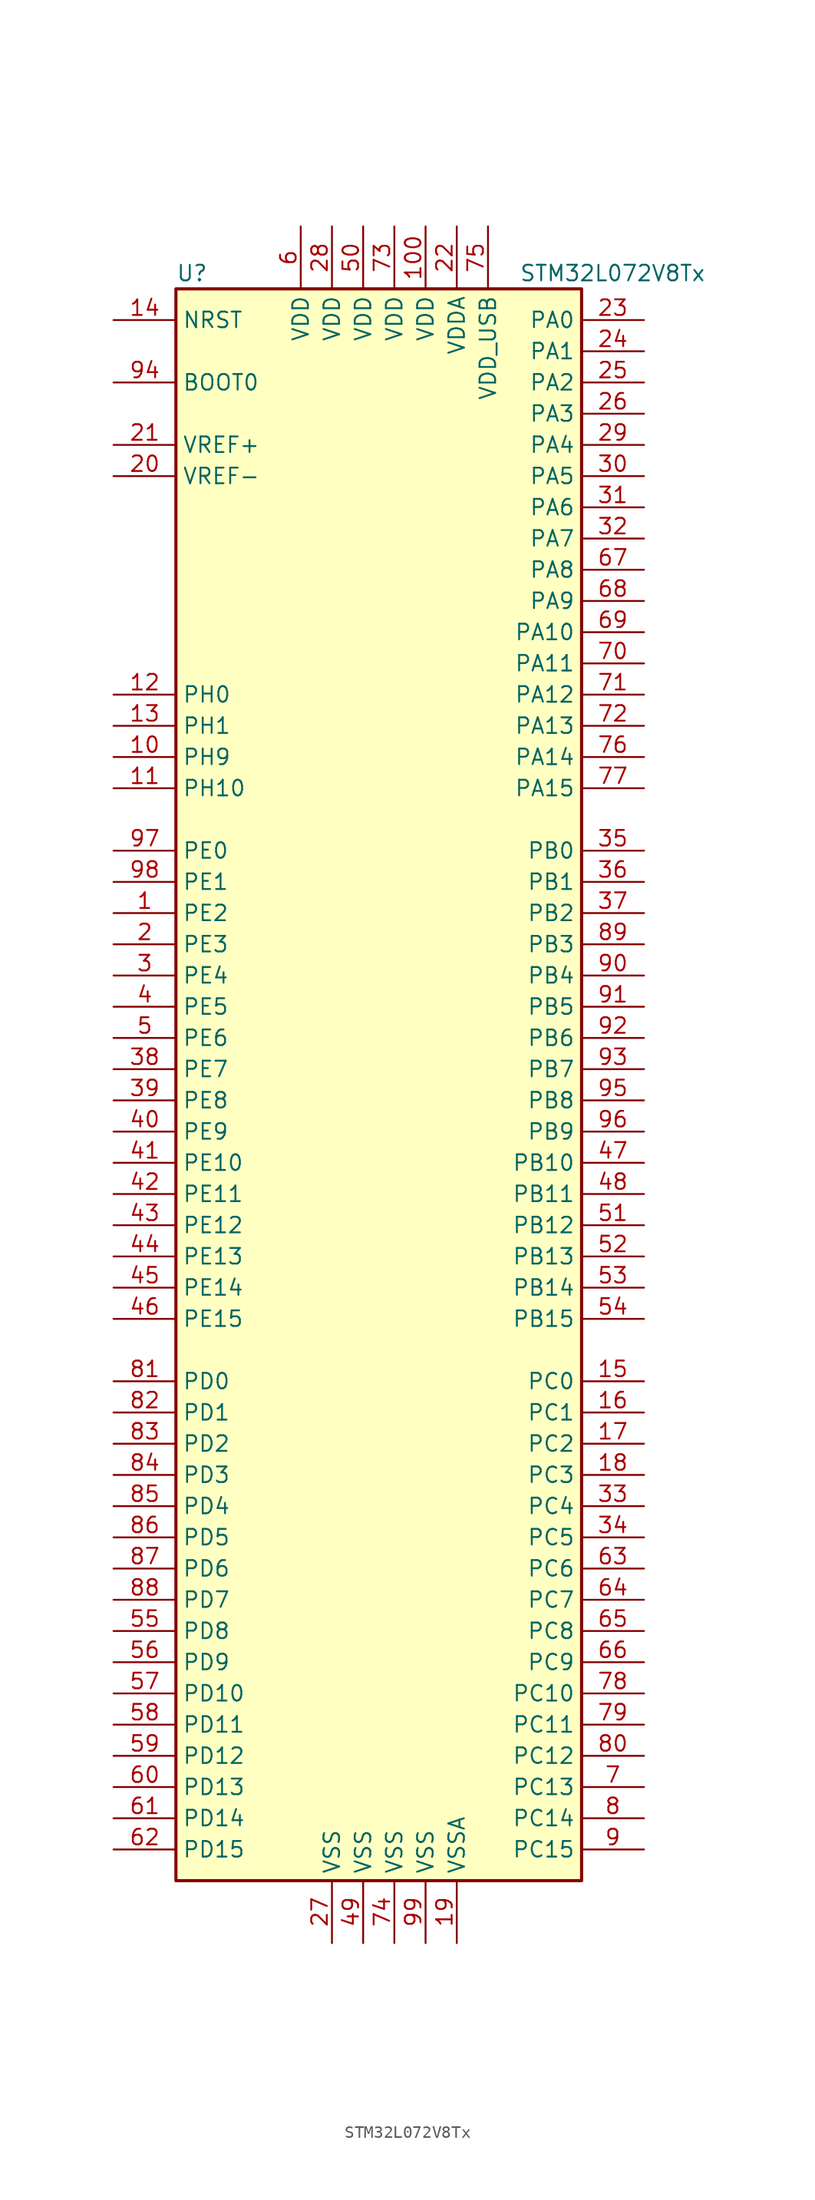
<source format=kicad_sym>
(kicad_symbol_lib
  (version 20211014)
  (generator kicad_symbol_editor)
  (symbol "STM32L072V8Tx"
    (property "Reference" "U"
      (at -17.78 64.77 0)
      (effects (font (size 1.27 1.27)) (justify left)))
    (property "Value" "STM32L072V8Tx"
      (at 10.16 64.77 0)
      (effects (font (size 1.27 1.27)) (justify left)))
    (symbol "STM32L072V8Tx_0_1"
      (rectangle (start -17.78 -66.04) (end 15.24 63.5) (stroke (width 0.254) (type default) (color 0 0 0 0)) (fill (type background))))
    (symbol "STM32L072V8Tx_1_1"
      (pin bidirectional line (at -22.86 12.7 0) (length 5.08) (name "PE2" (effects (font (size 1.27 1.27)))) (number "1" (effects (font (size 1.27 1.27)))))
      (pin bidirectional line (at -22.86 25.4 0) (length 5.08) (name "PH9" (effects (font (size 1.27 1.27)))) (number "10" (effects (font (size 1.27 1.27)))))
      (pin power_in line (at 2.54 68.58 270) (length 5.08) (name "VDD" (effects (font (size 1.27 1.27)))) (number "100" (effects (font (size 1.27 1.27)))))
      (pin bidirectional line (at -22.86 22.86 0) (length 5.08) (name "PH10" (effects (font (size 1.27 1.27)))) (number "11" (effects (font (size 1.27 1.27)))))
      (pin input line (at -22.86 30.48 0) (length 5.08) (name "PH0" (effects (font (size 1.27 1.27)))) (number "12" (effects (font (size 1.27 1.27)))))
      (pin input line (at -22.86 27.94 0) (length 5.08) (name "PH1" (effects (font (size 1.27 1.27)))) (number "13" (effects (font (size 1.27 1.27)))))
      (pin input line (at -22.86 60.96 0) (length 5.08) (name "NRST" (effects (font (size 1.27 1.27)))) (number "14" (effects (font (size 1.27 1.27)))))
      (pin bidirectional line (at 20.32 -25.4 180) (length 5.08) (name "PC0" (effects (font (size 1.27 1.27)))) (number "15" (effects (font (size 1.27 1.27)))))
      (pin bidirectional line (at 20.32 -27.94 180) (length 5.08) (name "PC1" (effects (font (size 1.27 1.27)))) (number "16" (effects (font (size 1.27 1.27)))))
      (pin bidirectional line (at 20.32 -30.48 180) (length 5.08) (name "PC2" (effects (font (size 1.27 1.27)))) (number "17" (effects (font (size 1.27 1.27)))))
      (pin bidirectional line (at 20.32 -33.02 180) (length 5.08) (name "PC3" (effects (font (size 1.27 1.27)))) (number "18" (effects (font (size 1.27 1.27)))))
      (pin power_in line (at 5.08 -71.12 90) (length 5.08) (name "VSSA" (effects (font (size 1.27 1.27)))) (number "19" (effects (font (size 1.27 1.27)))))
      (pin bidirectional line (at -22.86 10.16 0) (length 5.08) (name "PE3" (effects (font (size 1.27 1.27)))) (number "2" (effects (font (size 1.27 1.27)))))
      (pin power_in line (at -22.86 48.26 0) (length 5.08) (name "VREF-" (effects (font (size 1.27 1.27)))) (number "20" (effects (font (size 1.27 1.27)))))
      (pin power_in line (at -22.86 50.8 0) (length 5.08) (name "VREF+" (effects (font (size 1.27 1.27)))) (number "21" (effects (font (size 1.27 1.27)))))
      (pin power_in line (at 5.08 68.58 270) (length 5.08) (name "VDDA" (effects (font (size 1.27 1.27)))) (number "22" (effects (font (size 1.27 1.27)))))
      (pin bidirectional line (at 20.32 60.96 180) (length 5.08) (name "PA0" (effects (font (size 1.27 1.27)))) (number "23" (effects (font (size 1.27 1.27)))))
      (pin bidirectional line (at 20.32 58.42 180) (length 5.08) (name "PA1" (effects (font (size 1.27 1.27)))) (number "24" (effects (font (size 1.27 1.27)))))
      (pin bidirectional line (at 20.32 55.88 180) (length 5.08) (name "PA2" (effects (font (size 1.27 1.27)))) (number "25" (effects (font (size 1.27 1.27)))))
      (pin bidirectional line (at 20.32 53.34 180) (length 5.08) (name "PA3" (effects (font (size 1.27 1.27)))) (number "26" (effects (font (size 1.27 1.27)))))
      (pin power_in line (at -5.08 -71.12 90) (length 5.08) (name "VSS" (effects (font (size 1.27 1.27)))) (number "27" (effects (font (size 1.27 1.27)))))
      (pin power_in line (at -5.08 68.58 270) (length 5.08) (name "VDD" (effects (font (size 1.27 1.27)))) (number "28" (effects (font (size 1.27 1.27)))))
      (pin bidirectional line (at 20.32 50.8 180) (length 5.08) (name "PA4" (effects (font (size 1.27 1.27)))) (number "29" (effects (font (size 1.27 1.27)))))
      (pin bidirectional line (at -22.86 7.62 0) (length 5.08) (name "PE4" (effects (font (size 1.27 1.27)))) (number "3" (effects (font (size 1.27 1.27)))))
      (pin bidirectional line (at 20.32 48.26 180) (length 5.08) (name "PA5" (effects (font (size 1.27 1.27)))) (number "30" (effects (font (size 1.27 1.27)))))
      (pin bidirectional line (at 20.32 45.72 180) (length 5.08) (name "PA6" (effects (font (size 1.27 1.27)))) (number "31" (effects (font (size 1.27 1.27)))))
      (pin bidirectional line (at 20.32 43.18 180) (length 5.08) (name "PA7" (effects (font (size 1.27 1.27)))) (number "32" (effects (font (size 1.27 1.27)))))
      (pin bidirectional line (at 20.32 -35.56 180) (length 5.08) (name "PC4" (effects (font (size 1.27 1.27)))) (number "33" (effects (font (size 1.27 1.27)))))
      (pin bidirectional line (at 20.32 -38.1 180) (length 5.08) (name "PC5" (effects (font (size 1.27 1.27)))) (number "34" (effects (font (size 1.27 1.27)))))
      (pin bidirectional line (at 20.32 17.78 180) (length 5.08) (name "PB0" (effects (font (size 1.27 1.27)))) (number "35" (effects (font (size 1.27 1.27)))))
      (pin bidirectional line (at 20.32 15.24 180) (length 5.08) (name "PB1" (effects (font (size 1.27 1.27)))) (number "36" (effects (font (size 1.27 1.27)))))
      (pin bidirectional line (at 20.32 12.7 180) (length 5.08) (name "PB2" (effects (font (size 1.27 1.27)))) (number "37" (effects (font (size 1.27 1.27)))))
      (pin bidirectional line (at -22.86 0 0) (length 5.08) (name "PE7" (effects (font (size 1.27 1.27)))) (number "38" (effects (font (size 1.27 1.27)))))
      (pin bidirectional line (at -22.86 -2.54 0) (length 5.08) (name "PE8" (effects (font (size 1.27 1.27)))) (number "39" (effects (font (size 1.27 1.27)))))
      (pin bidirectional line (at -22.86 5.08 0) (length 5.08) (name "PE5" (effects (font (size 1.27 1.27)))) (number "4" (effects (font (size 1.27 1.27)))))
      (pin bidirectional line (at -22.86 -5.08 0) (length 5.08) (name "PE9" (effects (font (size 1.27 1.27)))) (number "40" (effects (font (size 1.27 1.27)))))
      (pin bidirectional line (at -22.86 -7.62 0) (length 5.08) (name "PE10" (effects (font (size 1.27 1.27)))) (number "41" (effects (font (size 1.27 1.27)))))
      (pin bidirectional line (at -22.86 -10.16 0) (length 5.08) (name "PE11" (effects (font (size 1.27 1.27)))) (number "42" (effects (font (size 1.27 1.27)))))
      (pin bidirectional line (at -22.86 -12.7 0) (length 5.08) (name "PE12" (effects (font (size 1.27 1.27)))) (number "43" (effects (font (size 1.27 1.27)))))
      (pin bidirectional line (at -22.86 -15.24 0) (length 5.08) (name "PE13" (effects (font (size 1.27 1.27)))) (number "44" (effects (font (size 1.27 1.27)))))
      (pin bidirectional line (at -22.86 -17.78 0) (length 5.08) (name "PE14" (effects (font (size 1.27 1.27)))) (number "45" (effects (font (size 1.27 1.27)))))
      (pin bidirectional line (at -22.86 -20.32 0) (length 5.08) (name "PE15" (effects (font (size 1.27 1.27)))) (number "46" (effects (font (size 1.27 1.27)))))
      (pin bidirectional line (at 20.32 -7.62 180) (length 5.08) (name "PB10" (effects (font (size 1.27 1.27)))) (number "47" (effects (font (size 1.27 1.27)))))
      (pin bidirectional line (at 20.32 -10.16 180) (length 5.08) (name "PB11" (effects (font (size 1.27 1.27)))) (number "48" (effects (font (size 1.27 1.27)))))
      (pin power_in line (at -2.54 -71.12 90) (length 5.08) (name "VSS" (effects (font (size 1.27 1.27)))) (number "49" (effects (font (size 1.27 1.27)))))
      (pin bidirectional line (at -22.86 2.54 0) (length 5.08) (name "PE6" (effects (font (size 1.27 1.27)))) (number "5" (effects (font (size 1.27 1.27)))))
      (pin power_in line (at -2.54 68.58 270) (length 5.08) (name "VDD" (effects (font (size 1.27 1.27)))) (number "50" (effects (font (size 1.27 1.27)))))
      (pin bidirectional line (at 20.32 -12.7 180) (length 5.08) (name "PB12" (effects (font (size 1.27 1.27)))) (number "51" (effects (font (size 1.27 1.27)))))
      (pin bidirectional line (at 20.32 -15.24 180) (length 5.08) (name "PB13" (effects (font (size 1.27 1.27)))) (number "52" (effects (font (size 1.27 1.27)))))
      (pin bidirectional line (at 20.32 -17.78 180) (length 5.08) (name "PB14" (effects (font (size 1.27 1.27)))) (number "53" (effects (font (size 1.27 1.27)))))
      (pin bidirectional line (at 20.32 -20.32 180) (length 5.08) (name "PB15" (effects (font (size 1.27 1.27)))) (number "54" (effects (font (size 1.27 1.27)))))
      (pin bidirectional line (at -22.86 -45.72 0) (length 5.08) (name "PD8" (effects (font (size 1.27 1.27)))) (number "55" (effects (font (size 1.27 1.27)))))
      (pin bidirectional line (at -22.86 -48.26 0) (length 5.08) (name "PD9" (effects (font (size 1.27 1.27)))) (number "56" (effects (font (size 1.27 1.27)))))
      (pin bidirectional line (at -22.86 -50.8 0) (length 5.08) (name "PD10" (effects (font (size 1.27 1.27)))) (number "57" (effects (font (size 1.27 1.27)))))
      (pin bidirectional line (at -22.86 -53.34 0) (length 5.08) (name "PD11" (effects (font (size 1.27 1.27)))) (number "58" (effects (font (size 1.27 1.27)))))
      (pin bidirectional line (at -22.86 -55.88 0) (length 5.08) (name "PD12" (effects (font (size 1.27 1.27)))) (number "59" (effects (font (size 1.27 1.27)))))
      (pin power_in line (at -7.62 68.58 270) (length 5.08) (name "VDD" (effects (font (size 1.27 1.27)))) (number "6" (effects (font (size 1.27 1.27)))))
      (pin bidirectional line (at -22.86 -58.42 0) (length 5.08) (name "PD13" (effects (font (size 1.27 1.27)))) (number "60" (effects (font (size 1.27 1.27)))))
      (pin bidirectional line (at -22.86 -60.96 0) (length 5.08) (name "PD14" (effects (font (size 1.27 1.27)))) (number "61" (effects (font (size 1.27 1.27)))))
      (pin bidirectional line (at -22.86 -63.5 0) (length 5.08) (name "PD15" (effects (font (size 1.27 1.27)))) (number "62" (effects (font (size 1.27 1.27)))))
      (pin bidirectional line (at 20.32 -40.64 180) (length 5.08) (name "PC6" (effects (font (size 1.27 1.27)))) (number "63" (effects (font (size 1.27 1.27)))))
      (pin bidirectional line (at 20.32 -43.18 180) (length 5.08) (name "PC7" (effects (font (size 1.27 1.27)))) (number "64" (effects (font (size 1.27 1.27)))))
      (pin bidirectional line (at 20.32 -45.72 180) (length 5.08) (name "PC8" (effects (font (size 1.27 1.27)))) (number "65" (effects (font (size 1.27 1.27)))))
      (pin bidirectional line (at 20.32 -48.26 180) (length 5.08) (name "PC9" (effects (font (size 1.27 1.27)))) (number "66" (effects (font (size 1.27 1.27)))))
      (pin bidirectional line (at 20.32 40.64 180) (length 5.08) (name "PA8" (effects (font (size 1.27 1.27)))) (number "67" (effects (font (size 1.27 1.27)))))
      (pin bidirectional line (at 20.32 38.1 180) (length 5.08) (name "PA9" (effects (font (size 1.27 1.27)))) (number "68" (effects (font (size 1.27 1.27)))))
      (pin bidirectional line (at 20.32 35.56 180) (length 5.08) (name "PA10" (effects (font (size 1.27 1.27)))) (number "69" (effects (font (size 1.27 1.27)))))
      (pin bidirectional line (at 20.32 -58.42 180) (length 5.08) (name "PC13" (effects (font (size 1.27 1.27)))) (number "7" (effects (font (size 1.27 1.27)))))
      (pin bidirectional line (at 20.32 33.02 180) (length 5.08) (name "PA11" (effects (font (size 1.27 1.27)))) (number "70" (effects (font (size 1.27 1.27)))))
      (pin bidirectional line (at 20.32 30.48 180) (length 5.08) (name "PA12" (effects (font (size 1.27 1.27)))) (number "71" (effects (font (size 1.27 1.27)))))
      (pin bidirectional line (at 20.32 27.94 180) (length 5.08) (name "PA13" (effects (font (size 1.27 1.27)))) (number "72" (effects (font (size 1.27 1.27)))))
      (pin power_in line (at 0 68.58 270) (length 5.08) (name "VDD" (effects (font (size 1.27 1.27)))) (number "73" (effects (font (size 1.27 1.27)))))
      (pin power_in line (at 0 -71.12 90) (length 5.08) (name "VSS" (effects (font (size 1.27 1.27)))) (number "74" (effects (font (size 1.27 1.27)))))
      (pin power_in line (at 7.62 68.58 270) (length 5.08) (name "VDD_USB" (effects (font (size 1.27 1.27)))) (number "75" (effects (font (size 1.27 1.27)))))
      (pin bidirectional line (at 20.32 25.4 180) (length 5.08) (name "PA14" (effects (font (size 1.27 1.27)))) (number "76" (effects (font (size 1.27 1.27)))))
      (pin bidirectional line (at 20.32 22.86 180) (length 5.08) (name "PA15" (effects (font (size 1.27 1.27)))) (number "77" (effects (font (size 1.27 1.27)))))
      (pin bidirectional line (at 20.32 -50.8 180) (length 5.08) (name "PC10" (effects (font (size 1.27 1.27)))) (number "78" (effects (font (size 1.27 1.27)))))
      (pin bidirectional line (at 20.32 -53.34 180) (length 5.08) (name "PC11" (effects (font (size 1.27 1.27)))) (number "79" (effects (font (size 1.27 1.27)))))
      (pin bidirectional line (at 20.32 -60.96 180) (length 5.08) (name "PC14" (effects (font (size 1.27 1.27)))) (number "8" (effects (font (size 1.27 1.27)))))
      (pin bidirectional line (at 20.32 -55.88 180) (length 5.08) (name "PC12" (effects (font (size 1.27 1.27)))) (number "80" (effects (font (size 1.27 1.27)))))
      (pin bidirectional line (at -22.86 -25.4 0) (length 5.08) (name "PD0" (effects (font (size 1.27 1.27)))) (number "81" (effects (font (size 1.27 1.27)))))
      (pin bidirectional line (at -22.86 -27.94 0) (length 5.08) (name "PD1" (effects (font (size 1.27 1.27)))) (number "82" (effects (font (size 1.27 1.27)))))
      (pin bidirectional line (at -22.86 -30.48 0) (length 5.08) (name "PD2" (effects (font (size 1.27 1.27)))) (number "83" (effects (font (size 1.27 1.27)))))
      (pin bidirectional line (at -22.86 -33.02 0) (length 5.08) (name "PD3" (effects (font (size 1.27 1.27)))) (number "84" (effects (font (size 1.27 1.27)))))
      (pin bidirectional line (at -22.86 -35.56 0) (length 5.08) (name "PD4" (effects (font (size 1.27 1.27)))) (number "85" (effects (font (size 1.27 1.27)))))
      (pin bidirectional line (at -22.86 -38.1 0) (length 5.08) (name "PD5" (effects (font (size 1.27 1.27)))) (number "86" (effects (font (size 1.27 1.27)))))
      (pin bidirectional line (at -22.86 -40.64 0) (length 5.08) (name "PD6" (effects (font (size 1.27 1.27)))) (number "87" (effects (font (size 1.27 1.27)))))
      (pin bidirectional line (at -22.86 -43.18 0) (length 5.08) (name "PD7" (effects (font (size 1.27 1.27)))) (number "88" (effects (font (size 1.27 1.27)))))
      (pin bidirectional line (at 20.32 10.16 180) (length 5.08) (name "PB3" (effects (font (size 1.27 1.27)))) (number "89" (effects (font (size 1.27 1.27)))))
      (pin bidirectional line (at 20.32 -63.5 180) (length 5.08) (name "PC15" (effects (font (size 1.27 1.27)))) (number "9" (effects (font (size 1.27 1.27)))))
      (pin bidirectional line (at 20.32 7.62 180) (length 5.08) (name "PB4" (effects (font (size 1.27 1.27)))) (number "90" (effects (font (size 1.27 1.27)))))
      (pin bidirectional line (at 20.32 5.08 180) (length 5.08) (name "PB5" (effects (font (size 1.27 1.27)))) (number "91" (effects (font (size 1.27 1.27)))))
      (pin bidirectional line (at 20.32 2.54 180) (length 5.08) (name "PB6" (effects (font (size 1.27 1.27)))) (number "92" (effects (font (size 1.27 1.27)))))
      (pin bidirectional line (at 20.32 0 180) (length 5.08) (name "PB7" (effects (font (size 1.27 1.27)))) (number "93" (effects (font (size 1.27 1.27)))))
      (pin input line (at -22.86 55.88 0) (length 5.08) (name "BOOT0" (effects (font (size 1.27 1.27)))) (number "94" (effects (font (size 1.27 1.27)))))
      (pin bidirectional line (at 20.32 -2.54 180) (length 5.08) (name "PB8" (effects (font (size 1.27 1.27)))) (number "95" (effects (font (size 1.27 1.27)))))
      (pin bidirectional line (at 20.32 -5.08 180) (length 5.08) (name "PB9" (effects (font (size 1.27 1.27)))) (number "96" (effects (font (size 1.27 1.27)))))
      (pin bidirectional line (at -22.86 17.78 0) (length 5.08) (name "PE0" (effects (font (size 1.27 1.27)))) (number "97" (effects (font (size 1.27 1.27)))))
      (pin bidirectional line (at -22.86 15.24 0) (length 5.08) (name "PE1" (effects (font (size 1.27 1.27)))) (number "98" (effects (font (size 1.27 1.27)))))
      (pin power_in line (at 2.54 -71.12 90) (length 5.08) (name "VSS" (effects (font (size 1.27 1.27)))) (number "99" (effects (font (size 1.27 1.27))))))))
</source>
